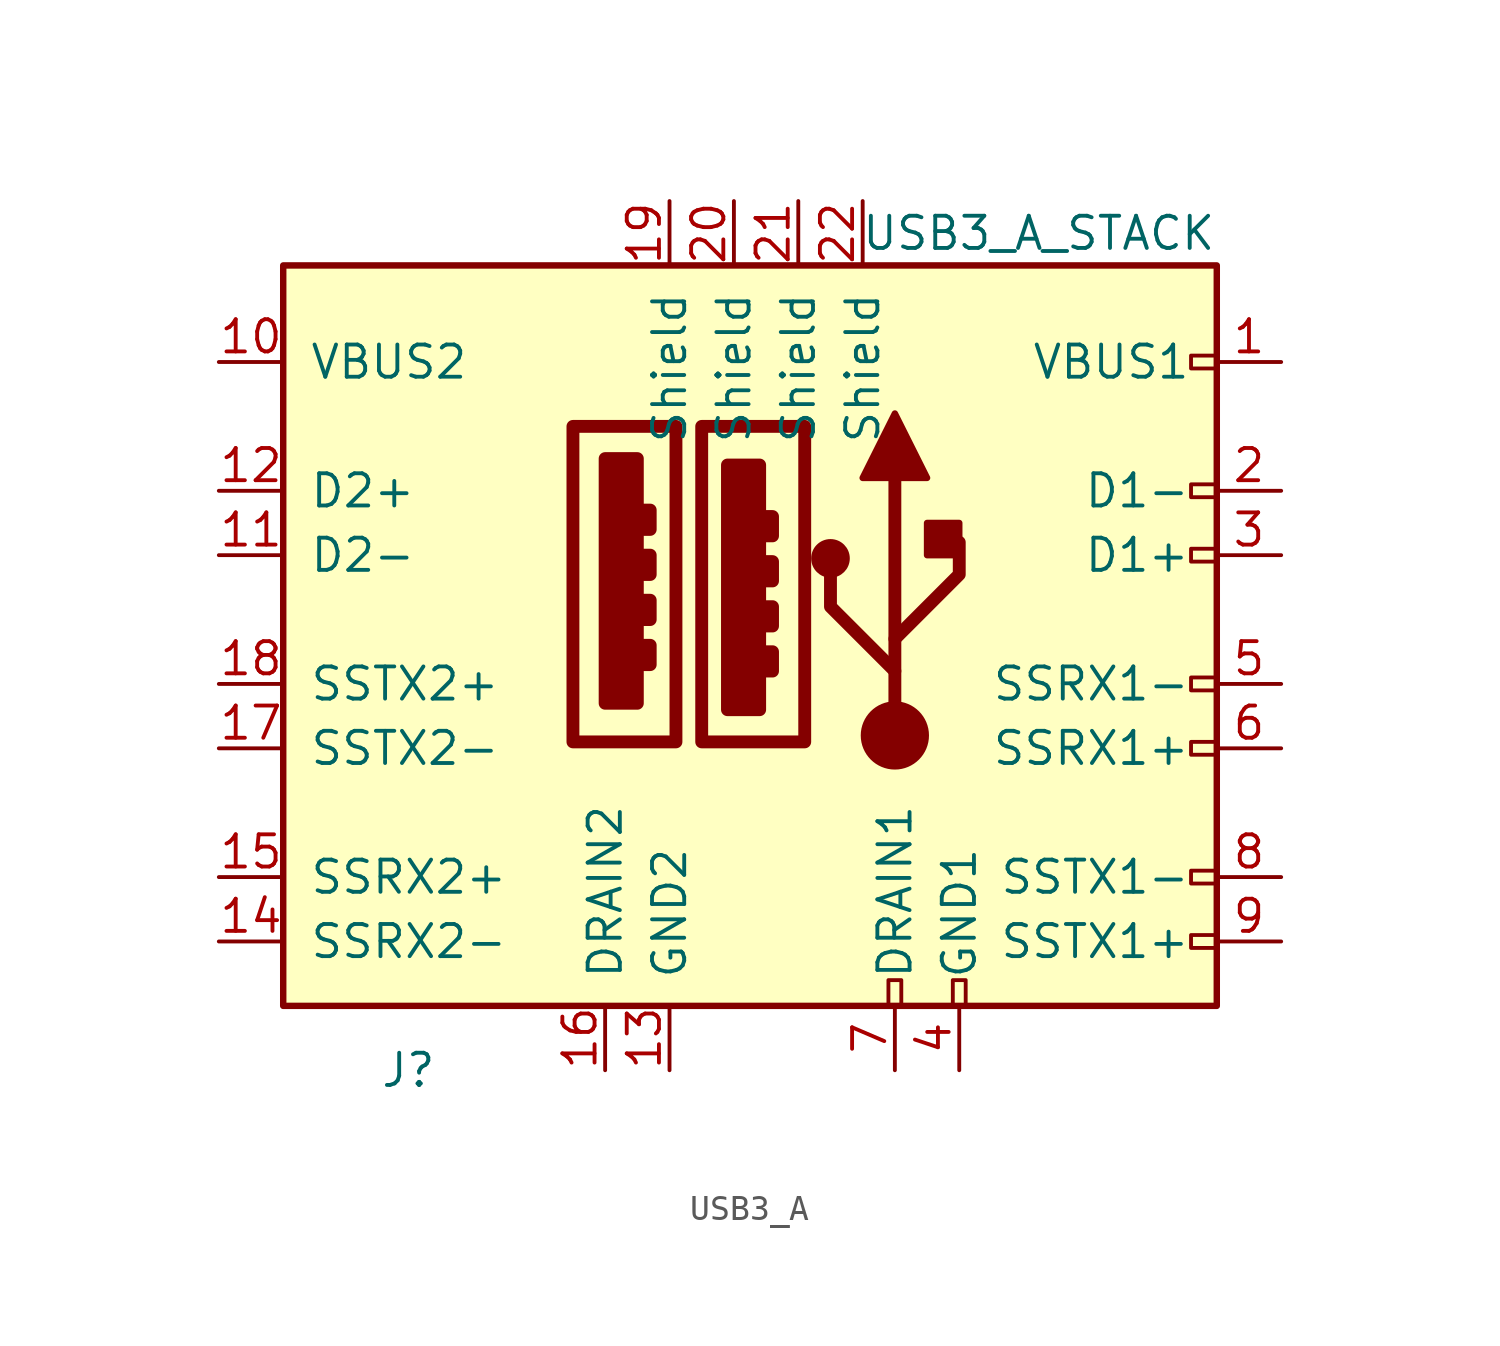
<source format=kicad_sym>
(kicad_symbol_lib
  (version 20220914)
  (generator kicad_symbol_editor)
  (symbol "USB3_A"
    (pin_names
      (offset 1.016))
    (property "Reference" "J"
      (at -22.86 -17.78 0)
      (effects (font (size 1.27 1.27)) (justify left)))
    (property "Value" "USB3_A_STACK"
      (at 10.16 15.24 0)
      (effects (font (size 1.27 1.27)) (justify right)))
    (symbol "USB3_A_0_0"
      (rectangle (start -15.24 7.62) (end -11.176 -4.826) (stroke (width 0.508) (type default)) (fill (type none)))
      (rectangle (start -13.97 6.35) (end -12.7 -3.302) (stroke (width 0.508) (type default)) (fill (type outline)))
      (rectangle (start -12.446 -1.016) (end -12.192 -1.778) (stroke (width 0.508) (type default)) (fill (type none)))
      (rectangle (start -12.446 0.762) (end -12.192 0) (stroke (width 0.508) (type default)) (fill (type none)))
      (rectangle (start -12.446 2.54) (end -12.192 1.778) (stroke (width 0.508) (type default)) (fill (type none)))
      (rectangle (start -12.446 4.318) (end -12.192 3.556) (stroke (width 0.508) (type default)) (fill (type none)))
      (rectangle (start -10.16 7.62) (end -6.096 -4.826) (stroke (width 0.508) (type default)) (fill (type none)))
      (rectangle (start -9.144 6.096) (end -7.874 -3.556) (stroke (width 0.508) (type default)) (fill (type outline)))
      (rectangle (start -7.62 -1.27) (end -7.366 -2.032) (stroke (width 0.508) (type default)) (fill (type none)))
      (rectangle (start -7.62 0.508) (end -7.366 -0.254) (stroke (width 0.508) (type default)) (fill (type none)))
      (rectangle (start -7.62 2.286) (end -7.366 1.524) (stroke (width 0.508) (type default)) (fill (type none)))
      (rectangle (start -7.62 4.064) (end -7.366 3.302) (stroke (width 0.508) (type default)) (fill (type none)))
      (rectangle (start -2.794 -15.24) (end -2.286 -14.224) (stroke (width 0) (type default)) (fill (type none)))
      (rectangle (start -0.254 -15.24) (end 0.254 -14.224) (stroke (width 0) (type default)) (fill (type none)))
      (rectangle (start 9.144 10.414) (end 10.16 9.906) (stroke (width 0) (type default)) (fill (type none)))
      (rectangle (start 10.16 -12.446) (end 9.144 -12.954) (stroke (width 0) (type default)) (fill (type none)))
      (rectangle (start 10.16 -9.906) (end 9.144 -10.414) (stroke (width 0) (type default)) (fill (type none)))
      (rectangle (start 10.16 -4.826) (end 9.144 -5.334) (stroke (width 0) (type default)) (fill (type none)))
      (rectangle (start 10.16 -2.286) (end 9.144 -2.794) (stroke (width 0) (type default)) (fill (type none)))
      (rectangle (start 10.16 2.794) (end 9.144 2.286) (stroke (width 0) (type default)) (fill (type none)))
      (rectangle (start 10.16 5.334) (end 9.144 4.826) (stroke (width 0) (type default)) (fill (type none))))
    (symbol "USB3_A_0_1"
      (rectangle (start -26.67 13.97) (end 10.16 -15.24) (stroke (width 0.254) (type default)) (fill (type background))))
    (symbol "USB3_A_1_0"
      (pin bidirectional line (at -29.21 2.54 0) (length 2.54) (name "D2-" (effects (font (size 1.27 1.27)))) (number "11" (effects (font (size 1.27 1.27)))))
      (pin bidirectional line (at -29.21 5.08 0) (length 2.54) (name "D2+" (effects (font (size 1.27 1.27)))) (number "12" (effects (font (size 1.27 1.27)))))
      (pin power_in line (at -11.43 -17.78 90) (length 2.54) (name "GND2" (effects (font (size 1.27 1.27)))) (number "13" (effects (font (size 1.27 1.27)))))
      (pin output line (at -29.21 -12.7 0) (length 2.54) (name "SSRX2-" (effects (font (size 1.27 1.27)))) (number "14" (effects (font (size 1.27 1.27)))))
      (pin output line (at -29.21 -10.16 0) (length 2.54) (name "SSRX2+" (effects (font (size 1.27 1.27)))) (number "15" (effects (font (size 1.27 1.27)))))
      (pin passive line (at -13.97 -17.78 90) (length 2.54) (name "DRAIN2" (effects (font (size 1.27 1.27)))) (number "16" (effects (font (size 1.27 1.27)))))
      (pin input line (at -29.21 -5.08 0) (length 2.54) (name "SSTX2-" (effects (font (size 1.27 1.27)))) (number "17" (effects (font (size 1.27 1.27)))))
      (pin input line (at -29.21 -2.54 0) (length 2.54) (name "SSTX2+" (effects (font (size 1.27 1.27)))) (number "18" (effects (font (size 1.27 1.27)))))
      (pin passive line (at -11.43 16.51 270) (length 2.54) (name "Shield" (effects (font (size 1.27 1.27)))) (number "19" (effects (font (size 1.27 1.27)))))
      (pin passive line (at -8.89 16.51 270) (length 2.54) (name "Shield" (effects (font (size 1.27 1.27)))) (number "20" (effects (font (size 1.27 1.27)))))
      (pin passive line (at -6.35 16.51 270) (length 2.54) (name "Shield" (effects (font (size 1.27 1.27)))) (number "21" (effects (font (size 1.27 1.27)))))
      (pin passive line (at -3.81 16.51 270) (length 2.54) (name "Shield" (effects (font (size 1.27 1.27)))) (number "22" (effects (font (size 1.27 1.27))))))
    (symbol "USB3_A_1_1"
      (circle (center -5.08 2.413) (radius 0.635) (stroke (width 0.254) (type default)) (fill (type outline)))
      (circle (center -2.54 -4.572) (radius 1.27) (stroke (width 0) (type default)) (fill (type outline)))
      (rectangle (start -1.27 3.81) (end 0 2.54) (stroke (width 0.254) (type default)) (fill (type outline)))
      (polyline (pts (xy -2.54 -4.572) (xy -2.54 5.588)) (stroke (width 0.508) (type default)) (fill (type none)))
      (polyline (pts (xy -2.54 -2.032) (xy -5.08 0.508) (xy -5.08 1.778)) (stroke (width 0.508) (type default)) (fill (type none)))
      (polyline (pts (xy -2.54 -0.762) (xy 0 1.778) (xy 0 3.048)) (stroke (width 0.508) (type default)) (fill (type none)))
      (polyline (pts (xy -3.81 5.588) (xy -2.54 8.128) (xy -1.27 5.588) (xy -3.81 5.588)) (stroke (width 0.254) (type default)) (fill (type outline)))
      (pin power_in line (at 12.7 10.16 180) (length 2.54) (name "VBUS1" (effects (font (size 1.27 1.27)))) (number "1" (effects (font (size 1.27 1.27)))))
      (pin power_in line (at -29.21 10.16 0) (length 2.54) (name "VBUS2" (effects (font (size 1.27 1.27)))) (number "10" (effects (font (size 1.27 1.27)))))
      (pin bidirectional line (at 12.7 5.08 180) (length 2.54) (name "D1-" (effects (font (size 1.27 1.27)))) (number "2" (effects (font (size 1.27 1.27)))))
      (pin bidirectional line (at 12.7 2.54 180) (length 2.54) (name "D1+" (effects (font (size 1.27 1.27)))) (number "3" (effects (font (size 1.27 1.27)))))
      (pin power_in line (at 0 -17.78 90) (length 2.54) (name "GND1" (effects (font (size 1.27 1.27)))) (number "4" (effects (font (size 1.27 1.27)))))
      (pin output line (at 12.7 -2.54 180) (length 2.54) (name "SSRX1-" (effects (font (size 1.27 1.27)))) (number "5" (effects (font (size 1.27 1.27)))))
      (pin output line (at 12.7 -5.08 180) (length 2.54) (name "SSRX1+" (effects (font (size 1.27 1.27)))) (number "6" (effects (font (size 1.27 1.27)))))
      (pin passive line (at -2.54 -17.78 90) (length 2.54) (name "DRAIN1" (effects (font (size 1.27 1.27)))) (number "7" (effects (font (size 1.27 1.27)))))
      (pin input line (at 12.7 -10.16 180) (length 2.54) (name "SSTX1-" (effects (font (size 1.27 1.27)))) (number "8" (effects (font (size 1.27 1.27)))))
      (pin input line (at 12.7 -12.7 180) (length 2.54) (name "SSTX1+" (effects (font (size 1.27 1.27)))) (number "9" (effects (font (size 1.27 1.27))))))))
</source>
